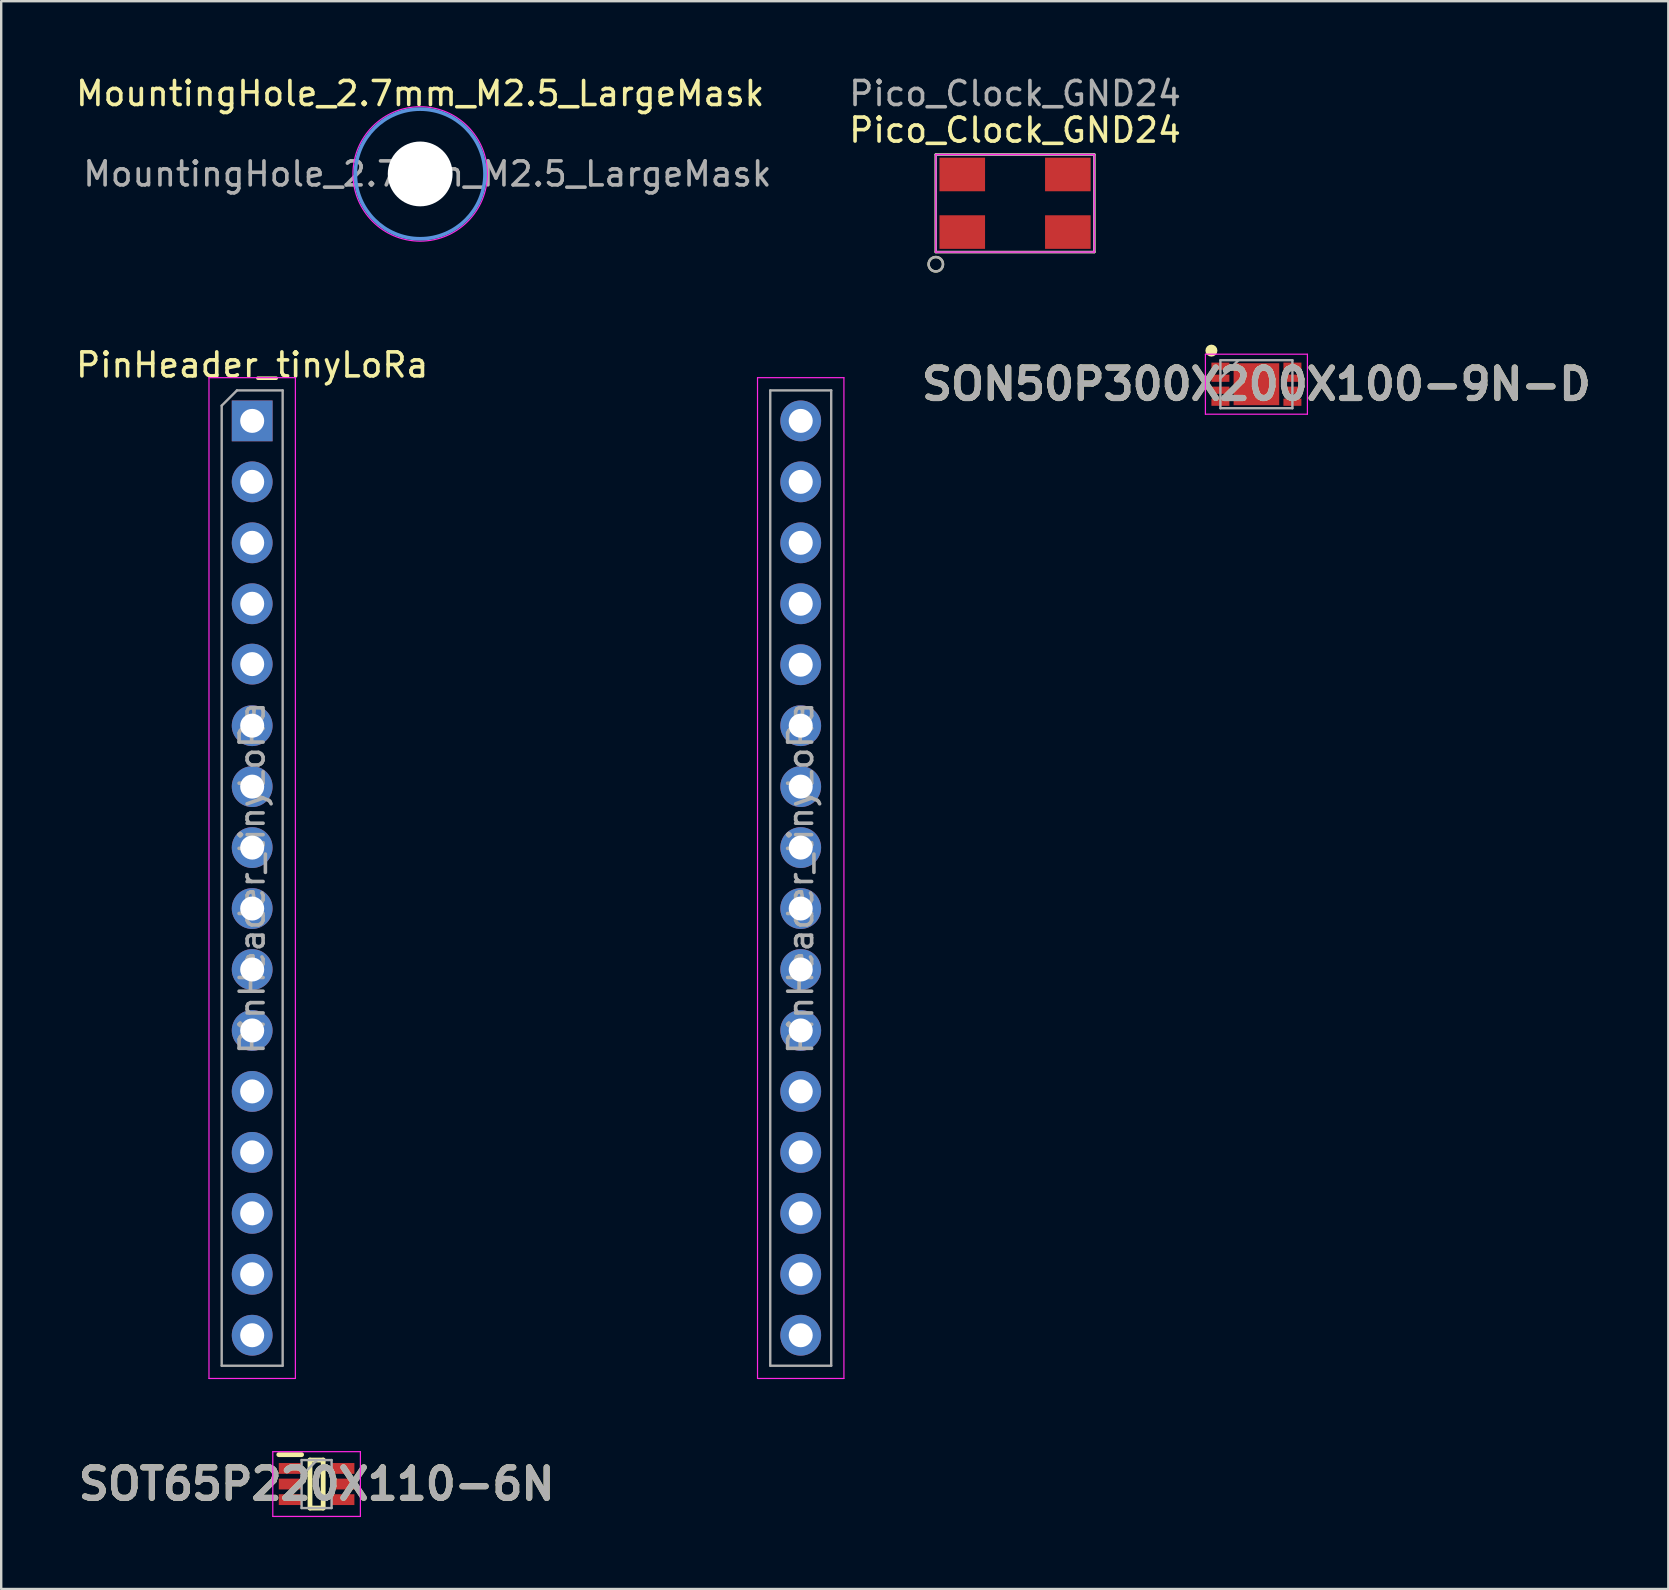
<source format=kicad_pcb>
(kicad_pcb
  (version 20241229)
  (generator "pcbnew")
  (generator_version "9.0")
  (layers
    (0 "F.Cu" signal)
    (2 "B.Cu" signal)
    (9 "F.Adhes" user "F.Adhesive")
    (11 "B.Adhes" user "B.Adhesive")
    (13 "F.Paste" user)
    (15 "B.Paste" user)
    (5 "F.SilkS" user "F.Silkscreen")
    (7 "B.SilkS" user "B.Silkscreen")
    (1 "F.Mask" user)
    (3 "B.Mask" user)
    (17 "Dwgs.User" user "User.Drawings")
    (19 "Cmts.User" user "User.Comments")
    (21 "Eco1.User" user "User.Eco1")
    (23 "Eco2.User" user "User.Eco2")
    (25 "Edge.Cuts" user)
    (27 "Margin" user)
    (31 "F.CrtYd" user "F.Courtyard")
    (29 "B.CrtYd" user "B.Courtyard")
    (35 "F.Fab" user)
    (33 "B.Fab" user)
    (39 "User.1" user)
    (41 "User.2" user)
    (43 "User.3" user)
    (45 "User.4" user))
  (footprint "PinHeader_tinyLoRa"
    (layer "F.Cu")
    (at 17.64 33.538)
    (property "Reference" "PinHeader_tinyLoRa" (at -10.182 -21.38 0) (layer "F.SilkS") (effects (font (size 1 1) (thickness 0.15))))
    (attr through_hole)
    (fp_line (start -11.982 -20.85) (end -11.982 20.85) (stroke (width 0.05) (type solid)) (layer "F.CrtYd"))
    (fp_line (start -11.982 20.85) (end -8.382 20.85) (stroke (width 0.05) (type solid)) (layer "F.CrtYd"))
    (fp_line (start -8.382 -20.85) (end -11.982 -20.85) (stroke (width 0.05) (type solid)) (layer "F.CrtYd"))
    (fp_line (start -8.382 20.85) (end -8.382 -20.85) (stroke (width 0.05) (type solid)) (layer "F.CrtYd"))
    (fp_line (start 10.875 -20.85) (end 10.875 20.85) (stroke (width 0.05) (type solid)) (layer "F.CrtYd"))
    (fp_line (start 10.875 20.85) (end 14.475 20.85) (stroke (width 0.05) (type solid)) (layer "F.CrtYd"))
    (fp_line (start 14.475 -20.85) (end 10.875 -20.85) (stroke (width 0.05) (type solid)) (layer "F.CrtYd"))
    (fp_line (start 14.475 20.85) (end 14.475 -20.85) (stroke (width 0.05) (type solid)) (layer "F.CrtYd"))
    (fp_line (start -11.452 -19.685) (end -10.817 -20.32) (stroke (width 0.1) (type solid)) (layer "F.Fab"))
    (fp_line (start -11.452 20.32) (end -11.452 -19.685) (stroke (width 0.1) (type solid)) (layer "F.Fab"))
    (fp_line (start -10.817 -20.32) (end -8.912 -20.32) (stroke (width 0.1) (type solid)) (layer "F.Fab"))
    (fp_line (start -8.912 -20.32) (end -8.912 20.32) (stroke (width 0.1) (type solid)) (layer "F.Fab"))
    (fp_line (start -8.912 20.32) (end -11.452 20.32) (stroke (width 0.1) (type solid)) (layer "F.Fab"))
    (fp_line (start 11.405 -20.32) (end 13.945 -20.32) (stroke (width 0.1) (type solid)) (layer "F.Fab"))
    (fp_line (start 11.405 20.32) (end 11.405 -20.32) (stroke (width 0.1) (type solid)) (layer "F.Fab"))
    (fp_line (start 13.945 -20.32) (end 13.945 20.32) (stroke (width 0.1) (type solid)) (layer "F.Fab"))
    (fp_line (start 13.945 20.32) (end 11.405 20.32) (stroke (width 0.1) (type solid)) (layer "F.Fab"))
    (fp_text user "${REFERENCE}" (at 12.675 0 90) (layer "F.Fab") (effects (font (size 1 1) (thickness 0.15))))
    (fp_text user "${REFERENCE}" (at -10.182 0 90) (layer "F.Fab") (effects (font (size 1 1) (thickness 0.15))))
    (pad "1" thru_hole rect (at -10.182 -19.05) (size 1.7 1.7) (drill 1) (layers "*.Cu" "*.Mask"))
    (pad "2" thru_hole oval (at -10.182 -16.51) (size 1.7 1.7) (drill 1) (layers "*.Cu" "*.Mask"))
    (pad "3" thru_hole oval (at -10.182 -13.97) (size 1.7 1.7) (drill 1) (layers "*.Cu" "*.Mask"))
    (pad "4" thru_hole oval (at -10.182 -11.43) (size 1.7 1.7) (drill 1) (layers "*.Cu" "*.Mask"))
    (pad "5" thru_hole oval (at -10.182 -8.915) (size 1.7 1.7) (drill 1) (layers "*.Cu" "*.Mask"))
    (pad "6" thru_hole oval (at -10.182 -6.35) (size 1.7 1.7) (drill 1) (layers "*.Cu" "*.Mask"))
    (pad "7" thru_hole oval (at -10.182 -3.81) (size 1.7 1.7) (drill 1) (layers "*.Cu" "*.Mask"))
    (pad "8" thru_hole oval (at -10.182 -1.27) (size 1.7 1.7) (drill 1) (layers "*.Cu" "*.Mask"))
    (pad "9" thru_hole oval (at -10.182 1.27) (size 1.7 1.7) (drill 1) (layers "*.Cu" "*.Mask"))
    (pad "10" thru_hole oval (at -10.182 3.81) (size 1.7 1.7) (drill 1) (layers "*.Cu" "*.Mask"))
    (pad "11" thru_hole oval (at -10.182 6.35) (size 1.7 1.7) (drill 1) (layers "*.Cu" "*.Mask"))
    (pad "12" thru_hole oval (at -10.182 8.89) (size 1.7 1.7) (drill 1) (layers "*.Cu" "*.Mask"))
    (pad "13" thru_hole oval (at -10.182 11.43) (size 1.7 1.7) (drill 1) (layers "*.Cu" "*.Mask"))
    (pad "14" thru_hole oval (at -10.182 13.97) (size 1.7 1.7) (drill 1) (layers "*.Cu" "*.Mask"))
    (pad "15" thru_hole oval (at -10.182 16.51) (size 1.7 1.7) (drill 1) (layers "*.Cu" "*.Mask"))
    (pad "16" thru_hole oval (at -10.182 19.05) (size 1.7 1.7) (drill 1) (layers "*.Cu" "*.Mask"))
    (pad "17" thru_hole oval (at 12.675 19.05) (size 1.7 1.7) (drill 1) (layers "*.Cu" "*.Mask"))
    (pad "18" thru_hole oval (at 12.675 16.51) (size 1.7 1.7) (drill 1) (layers "*.Cu" "*.Mask"))
    (pad "19" thru_hole oval (at 12.675 13.97) (size 1.7 1.7) (drill 1) (layers "*.Cu" "*.Mask"))
    (pad "20" thru_hole oval (at 12.675 11.43) (size 1.7 1.7) (drill 1) (layers "*.Cu" "*.Mask"))
    (pad "21" thru_hole oval (at 12.675 8.89) (size 1.7 1.7) (drill 1) (layers "*.Cu" "*.Mask"))
    (pad "22" thru_hole oval (at 12.675 6.35) (size 1.7 1.7) (drill 1) (layers "*.Cu" "*.Mask"))
    (pad "23" thru_hole oval (at 12.675 3.81) (size 1.7 1.7) (drill 1) (layers "*.Cu" "*.Mask"))
    (pad "24" thru_hole oval (at 12.675 1.27) (size 1.7 1.7) (drill 1) (layers "*.Cu" "*.Mask"))
    (pad "25" thru_hole oval (at 12.675 -1.27) (size 1.7 1.7) (drill 1) (layers "*.Cu" "*.Mask"))
    (pad "26" thru_hole oval (at 12.675 -3.81) (size 1.7 1.7) (drill 1) (layers "*.Cu" "*.Mask"))
    (pad "27" thru_hole oval (at 12.675 -6.35) (size 1.7 1.7) (drill 1) (layers "*.Cu" "*.Mask"))
    (pad "28" thru_hole oval (at 12.675 -8.89) (size 1.7 1.7) (drill 1) (layers "*.Cu" "*.Mask"))
    (pad "29" thru_hole oval (at 12.675 -11.43) (size 1.7 1.7) (drill 1) (layers "*.Cu" "*.Mask"))
    (pad "30" thru_hole oval (at 12.675 -13.97) (size 1.7 1.7) (drill 1) (layers "*.Cu" "*.Mask"))
    (pad "31" thru_hole oval (at 12.675 -16.51) (size 1.7 1.7) (drill 1) (layers "*.Cu" "*.Mask"))
    (pad "32" thru_hole circle (at 12.675 -19.05) (size 1.7 1.7) (drill 1) (layers "*.Cu" "*.Mask")))
  (footprint "SON50P300X200X100-9N-D"
    (layer "F.Cu")
    (at 49.303 12.96)
    (property "Reference" "SON50P300X200X100-9N-D" (at 0 0 0) (layer "F.SilkS") (effects (font (size 1.27 1.27) (thickness 0.254))))
    (attr smd)
    (fp_circle (center -1.875 -1.4) (end -1.875 -1.275) (stroke (width 0.25) (type solid)) (fill no) (layer "F.SilkS"))
    (fp_line (start -2.125 -1.25) (end 2.125 -1.25) (stroke (width 0.05) (type solid)) (layer "F.CrtYd"))
    (fp_line (start -2.125 1.25) (end -2.125 -1.25) (stroke (width 0.05) (type solid)) (layer "F.CrtYd"))
    (fp_line (start 2.125 -1.25) (end 2.125 1.25) (stroke (width 0.05) (type solid)) (layer "F.CrtYd"))
    (fp_line (start 2.125 1.25) (end -2.125 1.25) (stroke (width 0.05) (type solid)) (layer "F.CrtYd"))
    (fp_line (start -1.5 -1) (end 1.5 -1) (stroke (width 0.1) (type solid)) (layer "F.Fab"))
    (fp_line (start -1.5 -0.25) (end -0.75 -1) (stroke (width 0.1) (type solid)) (layer "F.Fab"))
    (fp_line (start -1.5 1) (end -1.5 -1) (stroke (width 0.1) (type solid)) (layer "F.Fab"))
    (fp_line (start 1.5 -1) (end 1.5 1) (stroke (width 0.1) (type solid)) (layer "F.Fab"))
    (fp_line (start 1.5 1) (end -1.5 1) (stroke (width 0.1) (type solid)) (layer "F.Fab"))
    (fp_text user "${REFERENCE}" (at 0 0 0) (layer "F.Fab") (effects (font (size 1.27 1.27) (thickness 0.254))))
    (pad "1" smd rect (at -1.5 -0.75 90) (size 0.3 0.75) (layers "F.Cu" "F.Mask" "F.Paste"))
    (pad "2" smd rect (at -1.5 -0.25 90) (size 0.3 0.75) (layers "F.Cu" "F.Mask" "F.Paste"))
    (pad "3" smd rect (at -1.5 0.25 90) (size 0.3 0.75) (layers "F.Cu" "F.Mask" "F.Paste"))
    (pad "4" smd rect (at -1.5 0.75 90) (size 0.3 0.75) (layers "F.Cu" "F.Mask" "F.Paste"))
    (pad "5" smd rect (at 1.5 0.75 90) (size 0.3 0.75) (layers "F.Cu" "F.Mask" "F.Paste"))
    (pad "6" smd rect (at 1.5 0.25 90) (size 0.3 0.75) (layers "F.Cu" "F.Mask" "F.Paste"))
    (pad "7" smd rect (at 1.5 -0.25 90) (size 0.3 0.75) (layers "F.Cu" "F.Mask" "F.Paste"))
    (pad "8" smd rect (at 1.5 -0.75 90) (size 0.3 0.75) (layers "F.Cu" "F.Mask" "F.Paste"))
    (pad "9" smd rect (at 0 0 90) (size 1.75 1.9) (layers "F.Cu" "F.Mask" "F.Paste")))
  (footprint "Pico_Clock_GND24"
    (layer "F.Cu")
    (at 39.246 5.42)
    (property "Reference" "Pico_Clock_GND24" (at 0 -3.048 0) (unlocked yes) (layer "F.SilkS") (effects (font (size 1 1) (thickness 0.15))))
    (attr smd)
    (fp_line (start -3.302 -2.032) (end 3.302 -2.032) (stroke (width 0.1) (type solid)) (layer "F.SilkS"))
    (fp_line (start -3.302 2.032) (end -3.302 -2.032) (stroke (width 0.1) (type solid)) (layer "F.SilkS"))
    (fp_line (start 3.302 -2.032) (end 3.302 2.032) (stroke (width 0.1) (type solid)) (layer "F.SilkS"))
    (fp_line (start 3.302 2.032) (end -3.302 2.032) (stroke (width 0.1) (type solid)) (layer "F.SilkS"))
    (fp_circle (center -3.302 2.54) (end -3.002 2.54) (stroke (width 0.1) (type solid)) (fill no) (layer "F.SilkS"))
    (fp_line (start -3.302 -2.032) (end -3.302 2.032) (stroke (width 0.05) (type solid)) (layer "F.CrtYd"))
    (fp_line (start -3.302 2.032) (end 3.302 2.032) (stroke (width 0.05) (type solid)) (layer "F.CrtYd"))
    (fp_line (start 3.302 -2.032) (end -3.302 -2.032) (stroke (width 0.05) (type solid)) (layer "F.CrtYd"))
    (fp_line (start 3.302 2.032) (end 3.302 -2.032) (stroke (width 0.05) (type solid)) (layer "F.CrtYd"))
    (fp_line (start -3.302 -2.032) (end -3.302 2.032) (stroke (width 0.1) (type solid)) (layer "F.Fab"))
    (fp_line (start -3.302 2.032) (end 3.302 2.032) (stroke (width 0.1) (type solid)) (layer "F.Fab"))
    (fp_line (start 3.302 -2.032) (end -3.302 -2.032) (stroke (width 0.1) (type solid)) (layer "F.Fab"))
    (fp_line (start 3.302 2.032) (end 3.302 -2.032) (stroke (width 0.1) (type solid)) (layer "F.Fab"))
    (fp_circle (center -3.302 2.54) (end -3.002 2.54) (stroke (width 0.1) (type solid)) (fill no) (layer "F.Fab"))
    (fp_text user "${REFERENCE}" (at 0 -4.572 0) (unlocked yes) (layer "F.Fab") (effects (font (size 1 1) (thickness 0.15))))
    (pad "1" smd rect (at -2.2 1.2) (size 1.9 1.4) (layers "F.Cu" "F.Mask" "F.Paste"))
    (pad "2" smd rect (at 2.2 1.2) (size 1.9 1.4) (layers "F.Cu" "F.Mask" "F.Paste"))
    (pad "3" smd rect (at 2.2 -1.2) (size 1.9 1.4) (layers "F.Cu" "F.Mask" "F.Paste"))
    (pad "4" smd rect (at -2.2 -1.2) (size 1.9 1.4) (layers "F.Cu" "F.Mask" "F.Paste")))
  (footprint "SOT65P220X110-6N"
    (layer "F.Cu")
    (at 10.142 58.788)
    (property "Reference" "SOT65P220X110-6N" (at 0 0 0) (layer "F.SilkS") (effects (font (size 1.27 1.27) (thickness 0.254))))
    (attr smd)
    (fp_line (start -1.575 -1.225) (end -0.625 -1.225) (stroke (width 0.2) (type solid)) (layer "F.SilkS"))
    (fp_line (start -0.275 -1) (end 0.275 -1) (stroke (width 0.2) (type solid)) (layer "F.SilkS"))
    (fp_line (start -0.275 1) (end -0.275 -1) (stroke (width 0.2) (type solid)) (layer "F.SilkS"))
    (fp_line (start 0.275 -1) (end 0.275 1) (stroke (width 0.2) (type solid)) (layer "F.SilkS"))
    (fp_line (start 0.275 1) (end -0.275 1) (stroke (width 0.2) (type solid)) (layer "F.SilkS"))
    (fp_line (start -1.825 -1.35) (end 1.825 -1.35) (stroke (width 0.05) (type solid)) (layer "F.CrtYd"))
    (fp_line (start -1.825 1.35) (end -1.825 -1.35) (stroke (width 0.05) (type solid)) (layer "F.CrtYd"))
    (fp_line (start 1.825 -1.35) (end 1.825 1.35) (stroke (width 0.05) (type solid)) (layer "F.CrtYd"))
    (fp_line (start 1.825 1.35) (end -1.825 1.35) (stroke (width 0.05) (type solid)) (layer "F.CrtYd"))
    (fp_line (start -0.625 -1) (end 0.625 -1) (stroke (width 0.1) (type solid)) (layer "F.Fab"))
    (fp_line (start -0.625 -0.35) (end 0.025 -1) (stroke (width 0.1) (type solid)) (layer "F.Fab"))
    (fp_line (start -0.625 1) (end -0.625 -1) (stroke (width 0.1) (type solid)) (layer "F.Fab"))
    (fp_line (start 0.625 -1) (end 0.625 1) (stroke (width 0.1) (type solid)) (layer "F.Fab"))
    (fp_line (start 0.625 1) (end -0.625 1) (stroke (width 0.1) (type solid)) (layer "F.Fab"))
    (fp_text user "${REFERENCE}" (at 0 0 0) (layer "F.Fab") (effects (font (size 1.27 1.27) (thickness 0.254))))
    (pad "1" smd rect (at -1.1 -0.65 90) (size 0.45 0.95) (layers "F.Cu" "F.Mask" "F.Paste"))
    (pad "2" smd rect (at -1.1 0 90) (size 0.45 0.95) (layers "F.Cu" "F.Mask" "F.Paste"))
    (pad "3" smd rect (at -1.1 0.65 90) (size 0.45 0.95) (layers "F.Cu" "F.Mask" "F.Paste"))
    (pad "4" smd rect (at 1.1 0.65 90) (size 0.45 0.95) (layers "F.Cu" "F.Mask" "F.Paste"))
    (pad "5" smd rect (at 1.1 0 90) (size 0.45 0.95) (layers "F.Cu" "F.Mask" "F.Paste"))
    (pad "6" smd rect (at 1.1 -0.65 90) (size 0.45 0.95) (layers "F.Cu" "F.Mask" "F.Paste")))
  (footprint "MountingHole_2.7mm_M2.5_LargeMask"
    (layer "F.Cu")
    (at 14.458 4.198)
    (property "Reference" "MountingHole_2.7mm_M2.5_LargeMask" (at 0 -3.35 0) (layer "F.SilkS") (effects (font (size 1 1) (thickness 0.15))))
    (attr exclude_from_pos_files exclude_from_bom)
    (fp_circle (center 0 0) (end 2.7 0) (stroke (width 0.15) (type solid)) (fill no) (layer "Cmts.User"))
    (fp_circle (center 0 0) (end 2.8 0) (stroke (width 0.05) (type solid)) (fill no) (layer "F.CrtYd"))
    (fp_text user "${REFERENCE}" (at 0.3 0 0) (layer "F.Fab") (effects (font (size 1 1) (thickness 0.15))))
    (pad "" np_thru_hole circle (at 0 0) (size 2.7 2.7) (drill 2.7) (layers "*.Cu" "*.Mask")))
  (gr_rect
    (start -3 -3)
    (end 66.467 63.163)
    (stroke (width 0.1) (type default))
    (fill no)
    (layer "Edge.Cuts")))
</source>
